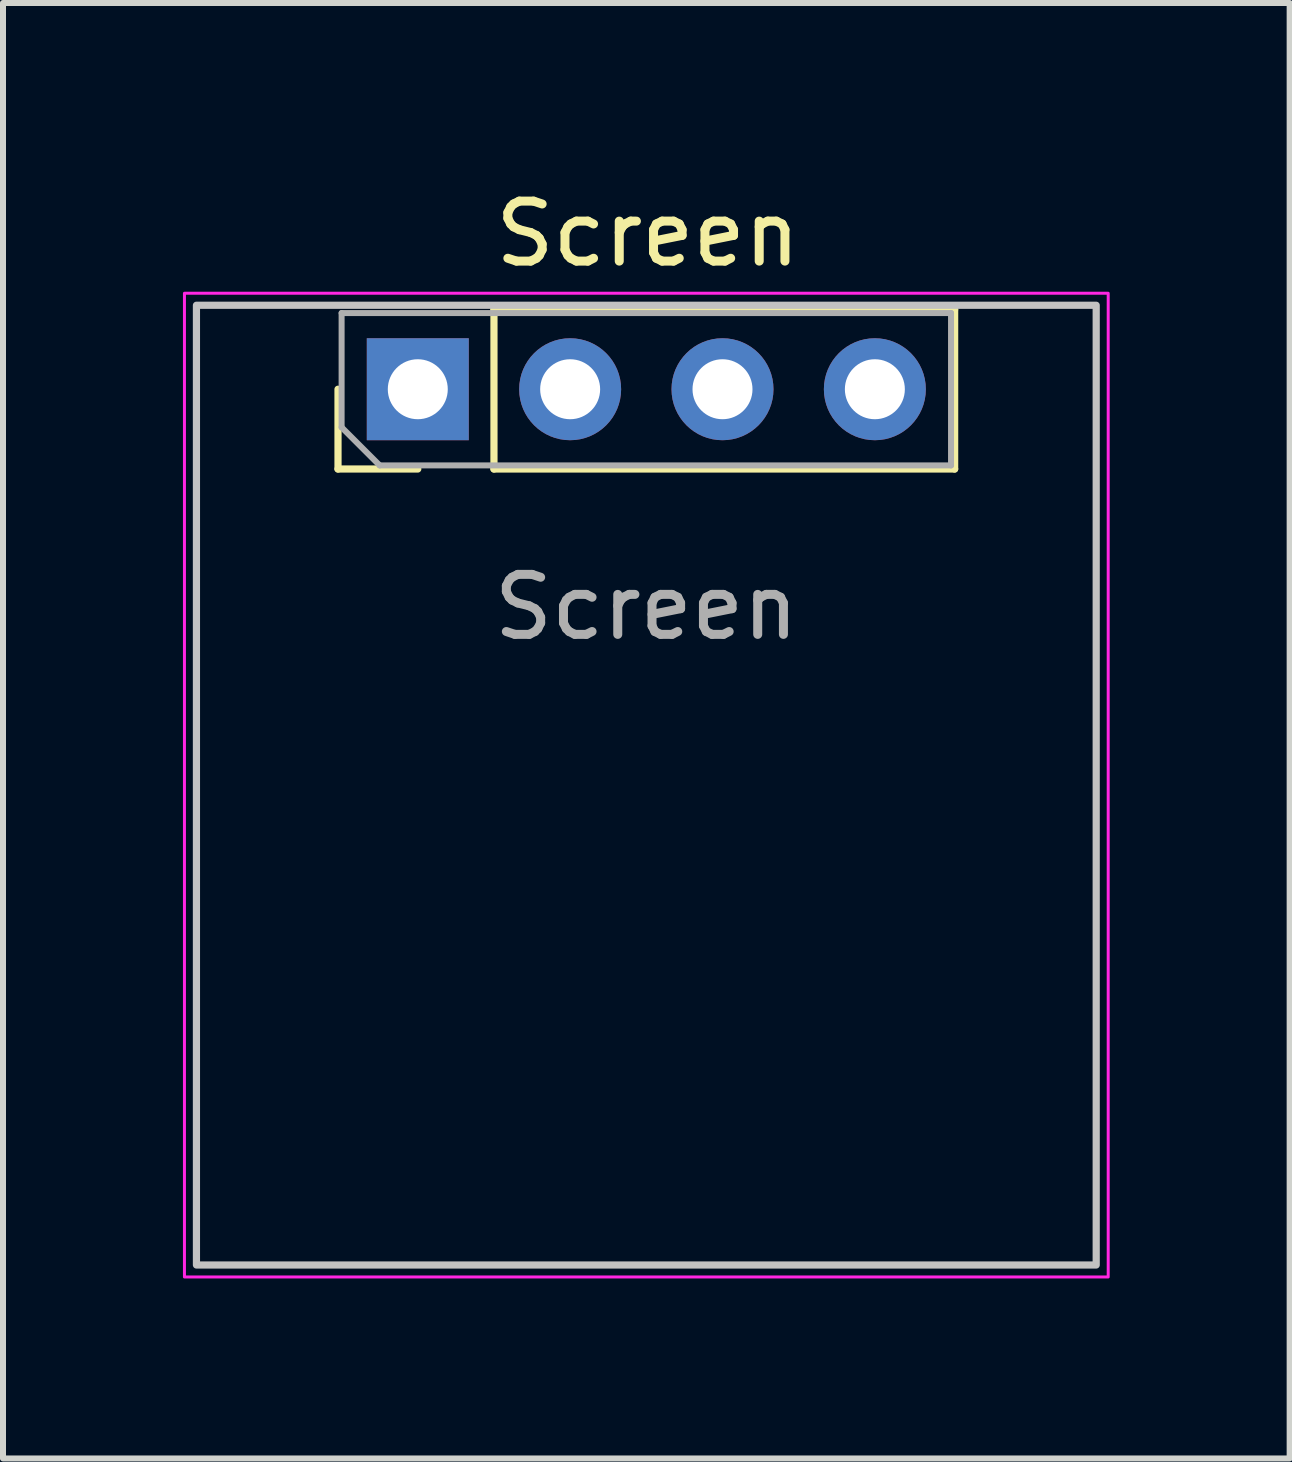
<source format=kicad_pcb>
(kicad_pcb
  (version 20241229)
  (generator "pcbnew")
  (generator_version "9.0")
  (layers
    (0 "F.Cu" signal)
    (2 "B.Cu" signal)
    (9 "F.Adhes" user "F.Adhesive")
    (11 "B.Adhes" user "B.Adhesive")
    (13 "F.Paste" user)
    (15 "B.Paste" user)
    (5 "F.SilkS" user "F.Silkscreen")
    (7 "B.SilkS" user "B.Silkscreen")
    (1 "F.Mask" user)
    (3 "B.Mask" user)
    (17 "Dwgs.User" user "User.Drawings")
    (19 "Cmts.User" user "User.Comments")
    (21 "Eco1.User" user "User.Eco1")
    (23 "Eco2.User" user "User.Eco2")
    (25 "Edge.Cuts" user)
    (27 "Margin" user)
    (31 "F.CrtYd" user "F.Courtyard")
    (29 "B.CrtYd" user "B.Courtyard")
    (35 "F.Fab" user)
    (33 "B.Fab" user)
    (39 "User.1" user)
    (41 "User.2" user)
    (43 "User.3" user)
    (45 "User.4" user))
  (footprint "Screen"
    (layer "F.Cu")
    (at 7.725 3.439)
    (property "Reference" "Screen" (at 0.025 -2.591 0) (unlocked yes) (layer "F.SilkS") (effects (font (size 1 1) (thickness 0.15))))
    (attr through_hole)
    (fp_line (start -5.14 1.33) (end -5.14 0) (stroke (width 0.12) (type solid)) (layer "F.SilkS"))
    (fp_line (start -3.81 1.33) (end -5.14 1.33) (stroke (width 0.12) (type solid)) (layer "F.SilkS"))
    (fp_line (start -2.54 -1.33) (end 5.14 -1.33) (stroke (width 0.12) (type solid)) (layer "F.SilkS"))
    (fp_line (start -2.54 1.33) (end -2.54 -1.33) (stroke (width 0.12) (type solid)) (layer "F.SilkS"))
    (fp_line (start -2.54 1.33) (end 5.14 1.33) (stroke (width 0.12) (type solid)) (layer "F.SilkS"))
    (fp_line (start 5.14 1.33) (end 5.14 -1.33) (stroke (width 0.12) (type solid)) (layer "F.SilkS"))
    (fp_rect (start -7.5 -1.4) (end 7.5 14.6) (stroke (width 0.12) (type solid)) (fill no) (layer "Dwgs.User"))
    (fp_rect (start -7.7 -1.6) (end 7.7 14.8) (stroke (width 0.05) (type solid)) (fill no) (layer "F.CrtYd"))
    (fp_line (start -5.08 -1.27) (end 5.08 -1.27) (stroke (width 0.1) (type solid)) (layer "F.Fab"))
    (fp_line (start -5.08 0.635) (end -5.08 -1.27) (stroke (width 0.1) (type solid)) (layer "F.Fab"))
    (fp_line (start -4.445 1.27) (end -5.08 0.635) (stroke (width 0.1) (type solid)) (layer "F.Fab"))
    (fp_line (start 5.08 -1.27) (end 5.08 1.27) (stroke (width 0.1) (type solid)) (layer "F.Fab"))
    (fp_line (start 5.08 1.27) (end -4.445 1.27) (stroke (width 0.1) (type solid)) (layer "F.Fab"))
    (fp_text user "${REFERENCE}" (at 0 3.632 0) (unlocked yes) (layer "F.Fab") (effects (font (size 1 1) (thickness 0.15))))
    (pad "1" thru_hole rect (at -3.81 0 90) (size 1.7 1.7) (drill 1) (layers "*.Cu" "*.Mask"))
    (pad "2" thru_hole oval (at -1.27 0 90) (size 1.7 1.7) (drill 1) (layers "*.Cu" "*.Mask"))
    (pad "3" thru_hole oval (at 1.27 0 90) (size 1.7 1.7) (drill 1) (layers "*.Cu" "*.Mask"))
    (pad "4" thru_hole oval (at 3.81 0 90) (size 1.7 1.7) (drill 1) (layers "*.Cu" "*.Mask")))
  (gr_rect
    (start -3 -3)
    (end 18.45 21.264)
    (stroke (width 0.1) (type default))
    (fill no)
    (layer "Edge.Cuts")))
</source>
